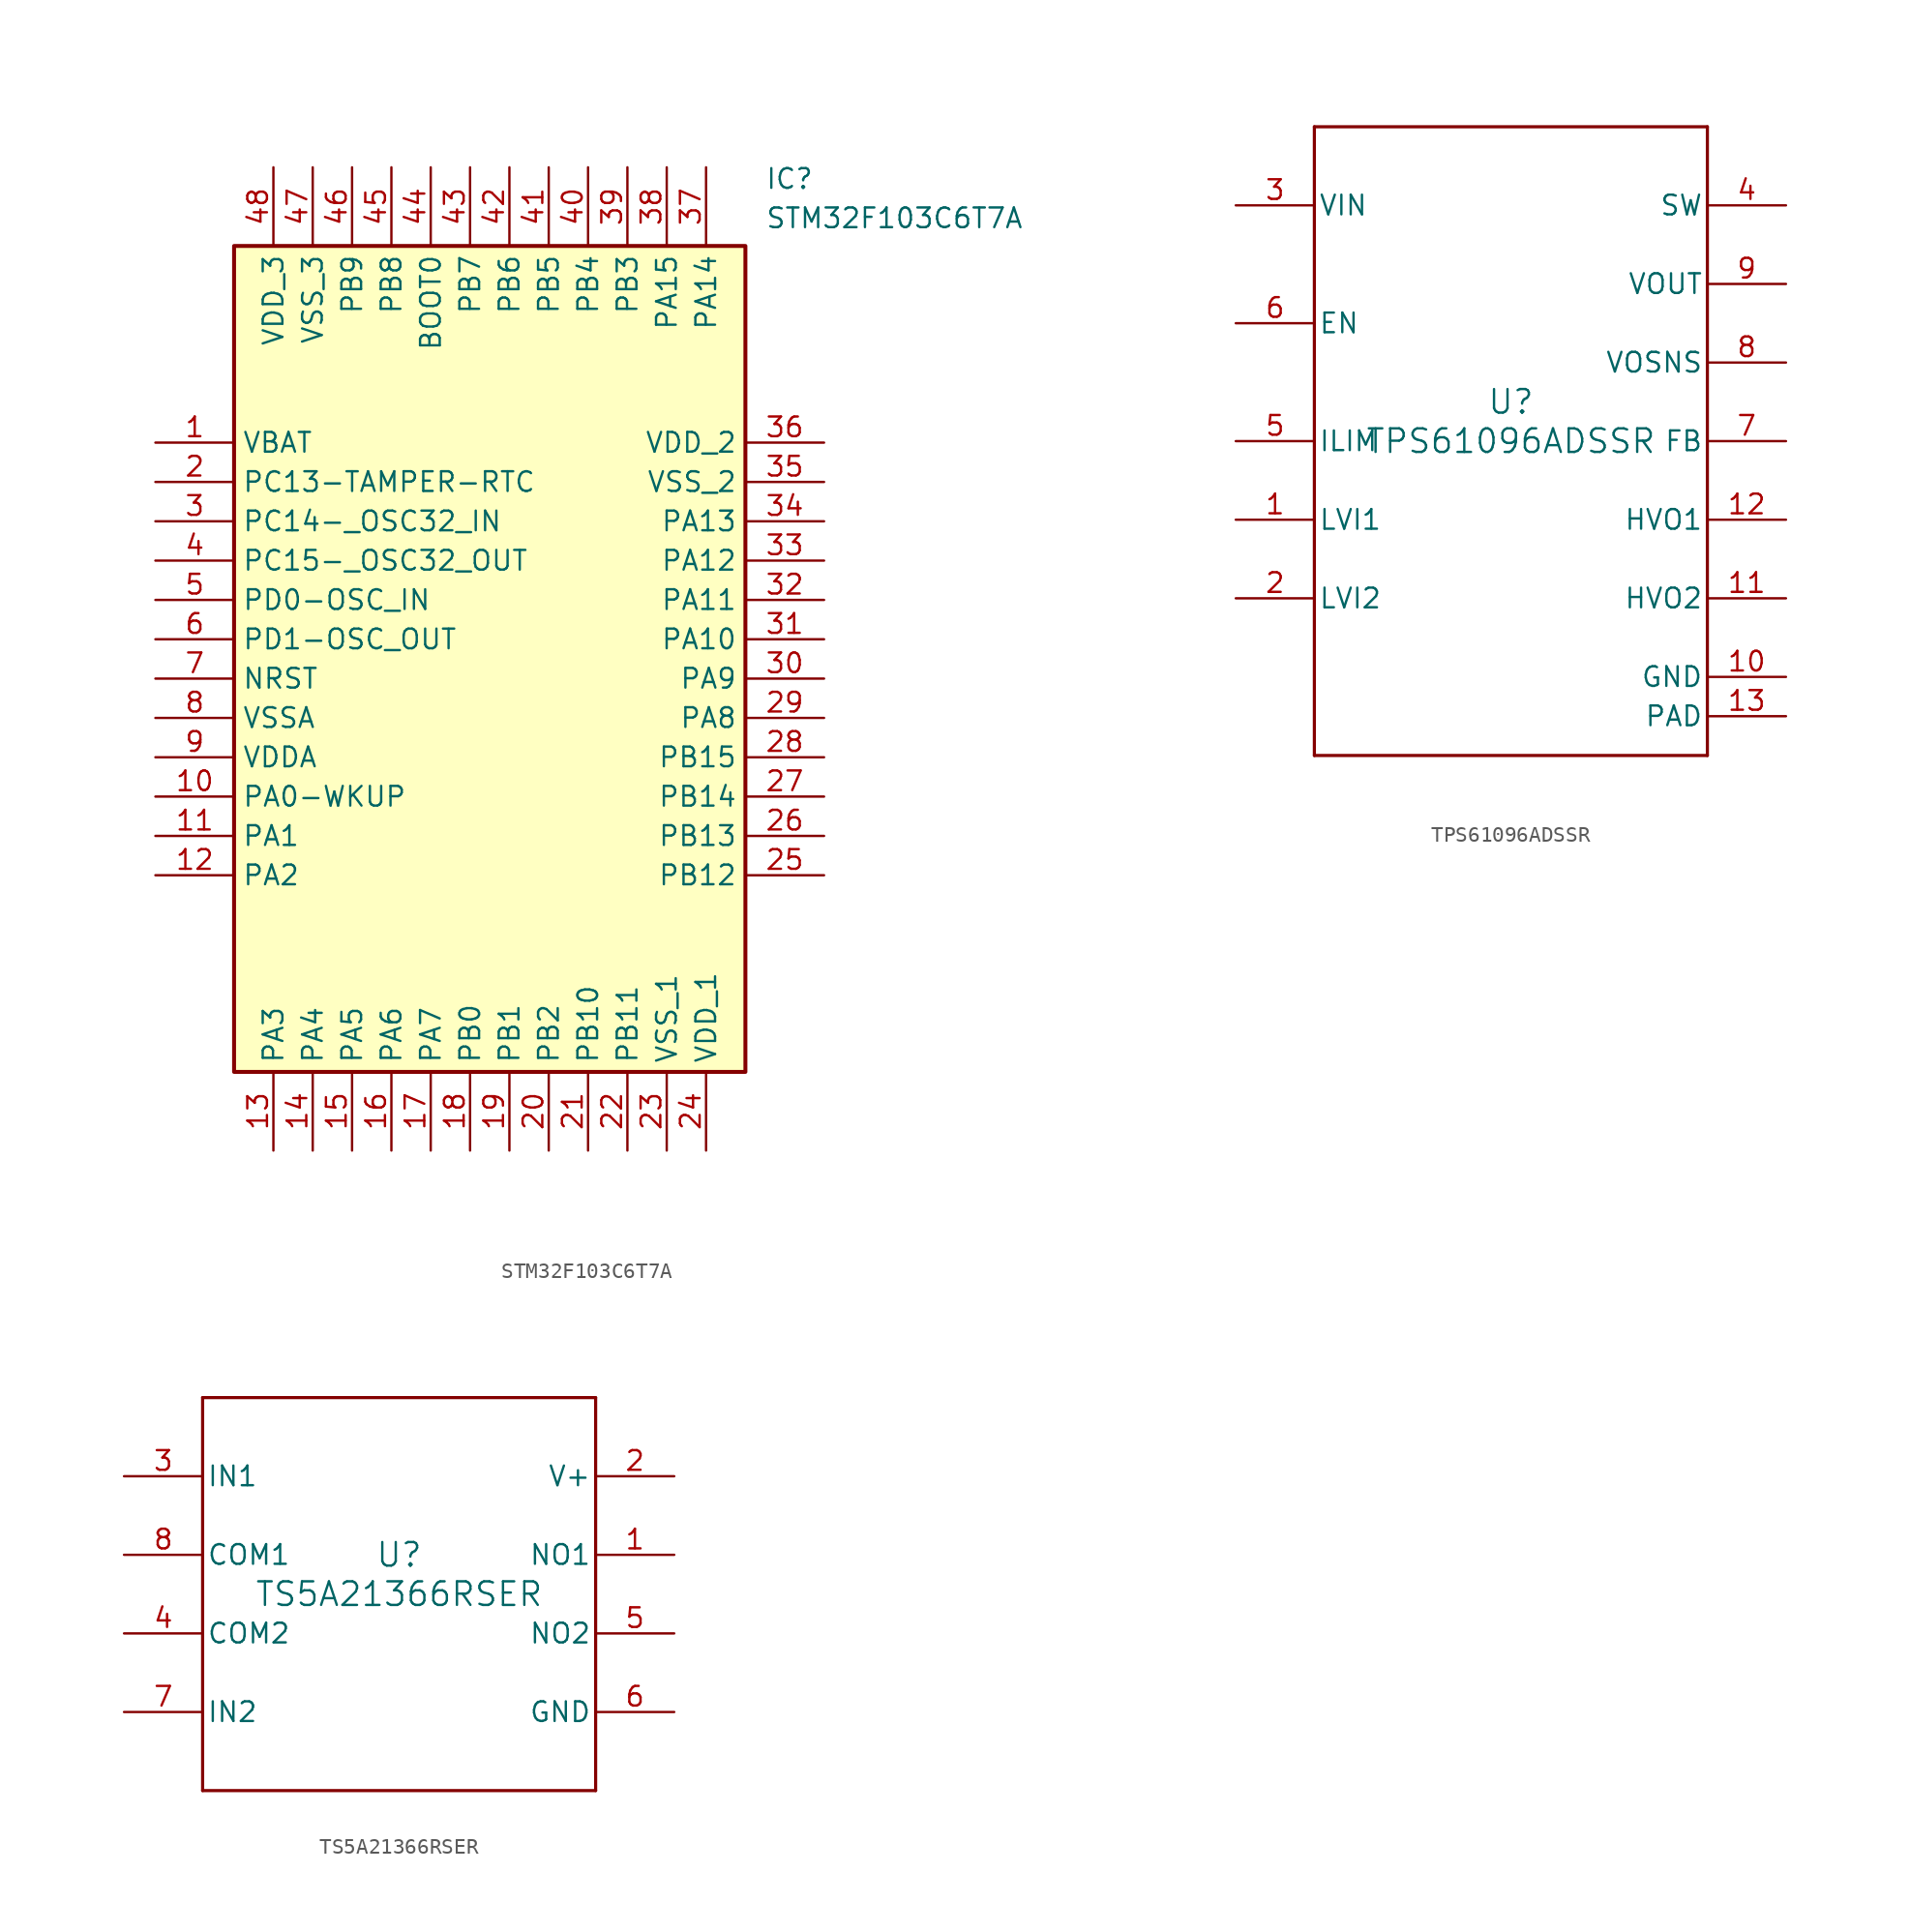
<source format=kicad_sym>
(kicad_symbol_lib
  (version 20231120)
  (generator "kicad_symbol_editor")
  (generator_version "8.0")
  (symbol "STM32F103C6T7A"
    (property "Reference" "IC"
      (at 39.37 17.78 0)
      (effects (font (size 1.27 1.27)) (justify left top)))
    (property "Value" "STM32F103C6T7A"
      (at 39.37 15.24 0)
      (effects (font (size 1.27 1.27)) (justify left top)))
    (symbol "STM32F103C6T7A_1_1"
      (rectangle (start 5.08 12.7) (end 38.1 -40.64) (stroke (width 0.254) (type default)) (fill (type background)))
      (pin passive line (at 0 0 0) (length 5.08) (name "VBAT" (effects (font (size 1.27 1.27)))) (number "1" (effects (font (size 1.27 1.27)))))
      (pin passive line (at 0 -22.86 0) (length 5.08) (name "PA0-WKUP" (effects (font (size 1.27 1.27)))) (number "10" (effects (font (size 1.27 1.27)))))
      (pin passive line (at 0 -25.4 0) (length 5.08) (name "PA1" (effects (font (size 1.27 1.27)))) (number "11" (effects (font (size 1.27 1.27)))))
      (pin passive line (at 0 -27.94 0) (length 5.08) (name "PA2" (effects (font (size 1.27 1.27)))) (number "12" (effects (font (size 1.27 1.27)))))
      (pin passive line (at 7.62 -45.72 90) (length 5.08) (name "PA3" (effects (font (size 1.27 1.27)))) (number "13" (effects (font (size 1.27 1.27)))))
      (pin passive line (at 10.16 -45.72 90) (length 5.08) (name "PA4" (effects (font (size 1.27 1.27)))) (number "14" (effects (font (size 1.27 1.27)))))
      (pin passive line (at 12.7 -45.72 90) (length 5.08) (name "PA5" (effects (font (size 1.27 1.27)))) (number "15" (effects (font (size 1.27 1.27)))))
      (pin passive line (at 15.24 -45.72 90) (length 5.08) (name "PA6" (effects (font (size 1.27 1.27)))) (number "16" (effects (font (size 1.27 1.27)))))
      (pin passive line (at 17.78 -45.72 90) (length 5.08) (name "PA7" (effects (font (size 1.27 1.27)))) (number "17" (effects (font (size 1.27 1.27)))))
      (pin passive line (at 20.32 -45.72 90) (length 5.08) (name "PB0" (effects (font (size 1.27 1.27)))) (number "18" (effects (font (size 1.27 1.27)))))
      (pin passive line (at 22.86 -45.72 90) (length 5.08) (name "PB1" (effects (font (size 1.27 1.27)))) (number "19" (effects (font (size 1.27 1.27)))))
      (pin passive line (at 0 -2.54 0) (length 5.08) (name "PC13-TAMPER-RTC" (effects (font (size 1.27 1.27)))) (number "2" (effects (font (size 1.27 1.27)))))
      (pin passive line (at 25.4 -45.72 90) (length 5.08) (name "PB2" (effects (font (size 1.27 1.27)))) (number "20" (effects (font (size 1.27 1.27)))))
      (pin passive line (at 27.94 -45.72 90) (length 5.08) (name "PB10" (effects (font (size 1.27 1.27)))) (number "21" (effects (font (size 1.27 1.27)))))
      (pin passive line (at 30.48 -45.72 90) (length 5.08) (name "PB11" (effects (font (size 1.27 1.27)))) (number "22" (effects (font (size 1.27 1.27)))))
      (pin passive line (at 33.02 -45.72 90) (length 5.08) (name "VSS_1" (effects (font (size 1.27 1.27)))) (number "23" (effects (font (size 1.27 1.27)))))
      (pin passive line (at 35.56 -45.72 90) (length 5.08) (name "VDD_1" (effects (font (size 1.27 1.27)))) (number "24" (effects (font (size 1.27 1.27)))))
      (pin passive line (at 43.18 -27.94 180) (length 5.08) (name "PB12" (effects (font (size 1.27 1.27)))) (number "25" (effects (font (size 1.27 1.27)))))
      (pin passive line (at 43.18 -25.4 180) (length 5.08) (name "PB13" (effects (font (size 1.27 1.27)))) (number "26" (effects (font (size 1.27 1.27)))))
      (pin passive line (at 43.18 -22.86 180) (length 5.08) (name "PB14" (effects (font (size 1.27 1.27)))) (number "27" (effects (font (size 1.27 1.27)))))
      (pin passive line (at 43.18 -20.32 180) (length 5.08) (name "PB15" (effects (font (size 1.27 1.27)))) (number "28" (effects (font (size 1.27 1.27)))))
      (pin passive line (at 43.18 -17.78 180) (length 5.08) (name "PA8" (effects (font (size 1.27 1.27)))) (number "29" (effects (font (size 1.27 1.27)))))
      (pin passive line (at 0 -5.08 0) (length 5.08) (name "PC14-_OSC32_IN" (effects (font (size 1.27 1.27)))) (number "3" (effects (font (size 1.27 1.27)))))
      (pin passive line (at 43.18 -15.24 180) (length 5.08) (name "PA9" (effects (font (size 1.27 1.27)))) (number "30" (effects (font (size 1.27 1.27)))))
      (pin passive line (at 43.18 -12.7 180) (length 5.08) (name "PA10" (effects (font (size 1.27 1.27)))) (number "31" (effects (font (size 1.27 1.27)))))
      (pin passive line (at 43.18 -10.16 180) (length 5.08) (name "PA11" (effects (font (size 1.27 1.27)))) (number "32" (effects (font (size 1.27 1.27)))))
      (pin passive line (at 43.18 -7.62 180) (length 5.08) (name "PA12" (effects (font (size 1.27 1.27)))) (number "33" (effects (font (size 1.27 1.27)))))
      (pin passive line (at 43.18 -5.08 180) (length 5.08) (name "PA13" (effects (font (size 1.27 1.27)))) (number "34" (effects (font (size 1.27 1.27)))))
      (pin passive line (at 43.18 -2.54 180) (length 5.08) (name "VSS_2" (effects (font (size 1.27 1.27)))) (number "35" (effects (font (size 1.27 1.27)))))
      (pin passive line (at 43.18 0 180) (length 5.08) (name "VDD_2" (effects (font (size 1.27 1.27)))) (number "36" (effects (font (size 1.27 1.27)))))
      (pin passive line (at 35.56 17.78 270) (length 5.08) (name "PA14" (effects (font (size 1.27 1.27)))) (number "37" (effects (font (size 1.27 1.27)))))
      (pin passive line (at 33.02 17.78 270) (length 5.08) (name "PA15" (effects (font (size 1.27 1.27)))) (number "38" (effects (font (size 1.27 1.27)))))
      (pin passive line (at 30.48 17.78 270) (length 5.08) (name "PB3" (effects (font (size 1.27 1.27)))) (number "39" (effects (font (size 1.27 1.27)))))
      (pin passive line (at 0 -7.62 0) (length 5.08) (name "PC15-_OSC32_OUT" (effects (font (size 1.27 1.27)))) (number "4" (effects (font (size 1.27 1.27)))))
      (pin passive line (at 27.94 17.78 270) (length 5.08) (name "PB4" (effects (font (size 1.27 1.27)))) (number "40" (effects (font (size 1.27 1.27)))))
      (pin passive line (at 25.4 17.78 270) (length 5.08) (name "PB5" (effects (font (size 1.27 1.27)))) (number "41" (effects (font (size 1.27 1.27)))))
      (pin passive line (at 22.86 17.78 270) (length 5.08) (name "PB6" (effects (font (size 1.27 1.27)))) (number "42" (effects (font (size 1.27 1.27)))))
      (pin passive line (at 20.32 17.78 270) (length 5.08) (name "PB7" (effects (font (size 1.27 1.27)))) (number "43" (effects (font (size 1.27 1.27)))))
      (pin passive line (at 17.78 17.78 270) (length 5.08) (name "BOOT0" (effects (font (size 1.27 1.27)))) (number "44" (effects (font (size 1.27 1.27)))))
      (pin passive line (at 15.24 17.78 270) (length 5.08) (name "PB8" (effects (font (size 1.27 1.27)))) (number "45" (effects (font (size 1.27 1.27)))))
      (pin passive line (at 12.7 17.78 270) (length 5.08) (name "PB9" (effects (font (size 1.27 1.27)))) (number "46" (effects (font (size 1.27 1.27)))))
      (pin passive line (at 10.16 17.78 270) (length 5.08) (name "VSS_3" (effects (font (size 1.27 1.27)))) (number "47" (effects (font (size 1.27 1.27)))))
      (pin passive line (at 7.62 17.78 270) (length 5.08) (name "VDD_3" (effects (font (size 1.27 1.27)))) (number "48" (effects (font (size 1.27 1.27)))))
      (pin passive line (at 0 -10.16 0) (length 5.08) (name "PD0-OSC_IN" (effects (font (size 1.27 1.27)))) (number "5" (effects (font (size 1.27 1.27)))))
      (pin passive line (at 0 -12.7 0) (length 5.08) (name "PD1-OSC_OUT" (effects (font (size 1.27 1.27)))) (number "6" (effects (font (size 1.27 1.27)))))
      (pin passive line (at 0 -15.24 0) (length 5.08) (name "NRST" (effects (font (size 1.27 1.27)))) (number "7" (effects (font (size 1.27 1.27)))))
      (pin passive line (at 0 -17.78 0) (length 5.08) (name "VSSA" (effects (font (size 1.27 1.27)))) (number "8" (effects (font (size 1.27 1.27)))))
      (pin passive line (at 0 -20.32 0) (length 5.08) (name "VDDA" (effects (font (size 1.27 1.27)))) (number "9" (effects (font (size 1.27 1.27)))))))
  (symbol "TPS61096ADSSR"
    (pin_names
      (offset 0.254))
    (property "Reference" "U"
      (at 0 2.54 0)
      (effects (font (size 1.524 1.524))))
    (property "Value" "TPS61096ADSSR"
      (at 0 0 0)
      (effects (font (size 1.524 1.524))))
    (property "ki_locked" ""
      (at 0 0 0)
      (effects (font (size 1.27 1.27))))
    (symbol "TPS61096ADSSR_0_1"
      (polyline (pts (xy -12.7 -20.32) (xy 12.7 -20.32)) (stroke (width 0.203) (type default)) (fill (type none)))
      (polyline (pts (xy -12.7 20.32) (xy -12.7 -20.32)) (stroke (width 0.203) (type default)) (fill (type none)))
      (polyline (pts (xy 12.7 -20.32) (xy 12.7 20.32)) (stroke (width 0.203) (type default)) (fill (type none)))
      (polyline (pts (xy 12.7 20.32) (xy -12.7 20.32)) (stroke (width 0.203) (type default)) (fill (type none)))
      (pin input line (at -17.78 -5.08 0) (length 5.08) (name "LVI1" (effects (font (size 1.27 1.27)))) (number "1" (effects (font (size 1.27 1.27)))))
      (pin power_in line (at 17.78 -15.24 180) (length 5.08) (name "GND" (effects (font (size 1.27 1.27)))) (number "10" (effects (font (size 1.27 1.27)))))
      (pin output line (at 17.78 -10.16 180) (length 5.08) (name "HVO2" (effects (font (size 1.27 1.27)))) (number "11" (effects (font (size 1.27 1.27)))))
      (pin output line (at 17.78 -5.08 180) (length 5.08) (name "HVO1" (effects (font (size 1.27 1.27)))) (number "12" (effects (font (size 1.27 1.27)))))
      (pin unspecified line (at 17.78 -17.78 180) (length 5.08) (name "PAD" (effects (font (size 1.27 1.27)))) (number "13" (effects (font (size 1.27 1.27)))))
      (pin input line (at -17.78 -10.16 0) (length 5.08) (name "LVI2" (effects (font (size 1.27 1.27)))) (number "2" (effects (font (size 1.27 1.27)))))
      (pin power_in line (at -17.78 15.24 0) (length 5.08) (name "VIN" (effects (font (size 1.27 1.27)))) (number "3" (effects (font (size 1.27 1.27)))))
      (pin power_in line (at 17.78 15.24 180) (length 5.08) (name "SW" (effects (font (size 1.27 1.27)))) (number "4" (effects (font (size 1.27 1.27)))))
      (pin input line (at -17.78 0 0) (length 5.08) (name "ILIM" (effects (font (size 1.27 1.27)))) (number "5" (effects (font (size 1.27 1.27)))))
      (pin input line (at -17.78 7.62 0) (length 5.08) (name "EN" (effects (font (size 1.27 1.27)))) (number "6" (effects (font (size 1.27 1.27)))))
      (pin input line (at 17.78 0 180) (length 5.08) (name "FB" (effects (font (size 1.27 1.27)))) (number "7" (effects (font (size 1.27 1.27)))))
      (pin bidirectional line (at 17.78 5.08 180) (length 5.08) (name "VOSNS" (effects (font (size 1.27 1.27)))) (number "8" (effects (font (size 1.27 1.27)))))
      (pin power_in line (at 17.78 10.16 180) (length 5.08) (name "VOUT" (effects (font (size 1.27 1.27)))) (number "9" (effects (font (size 1.27 1.27)))))))
  (symbol "TS5A21366RSER"
    (pin_names
      (offset 0.254))
    (property "Reference" "U"
      (at 0 2.54 0)
      (effects (font (size 1.524 1.524))))
    (property "Value" "TS5A21366RSER"
      (at 0 0 0)
      (effects (font (size 1.524 1.524))))
    (property "ki_locked" ""
      (at 0 0 0)
      (effects (font (size 1.27 1.27))))
    (symbol "TS5A21366RSER_0_1"
      (polyline (pts (xy -12.7 -12.7) (xy 12.7 -12.7)) (stroke (width 0.203) (type default)) (fill (type none)))
      (polyline (pts (xy -12.7 12.7) (xy -12.7 -12.7)) (stroke (width 0.203) (type default)) (fill (type none)))
      (polyline (pts (xy 12.7 -12.7) (xy 12.7 12.7)) (stroke (width 0.203) (type default)) (fill (type none)))
      (polyline (pts (xy 12.7 12.7) (xy -12.7 12.7)) (stroke (width 0.203) (type default)) (fill (type none)))
      (pin bidirectional line (at 17.78 2.54 180) (length 5.08) (name "NO1" (effects (font (size 1.27 1.27)))) (number "1" (effects (font (size 1.27 1.27)))))
      (pin power_in line (at 17.78 7.62 180) (length 5.08) (name "V+" (effects (font (size 1.27 1.27)))) (number "2" (effects (font (size 1.27 1.27)))))
      (pin input line (at -17.78 7.62 0) (length 5.08) (name "IN1" (effects (font (size 1.27 1.27)))) (number "3" (effects (font (size 1.27 1.27)))))
      (pin bidirectional line (at -17.78 -2.54 0) (length 5.08) (name "COM2" (effects (font (size 1.27 1.27)))) (number "4" (effects (font (size 1.27 1.27)))))
      (pin bidirectional line (at 17.78 -2.54 180) (length 5.08) (name "NO2" (effects (font (size 1.27 1.27)))) (number "5" (effects (font (size 1.27 1.27)))))
      (pin power_in line (at 17.78 -7.62 180) (length 5.08) (name "GND" (effects (font (size 1.27 1.27)))) (number "6" (effects (font (size 1.27 1.27)))))
      (pin input line (at -17.78 -7.62 0) (length 5.08) (name "IN2" (effects (font (size 1.27 1.27)))) (number "7" (effects (font (size 1.27 1.27)))))
      (pin bidirectional line (at -17.78 2.54 0) (length 5.08) (name "COM1" (effects (font (size 1.27 1.27)))) (number "8" (effects (font (size 1.27 1.27))))))))
</source>
